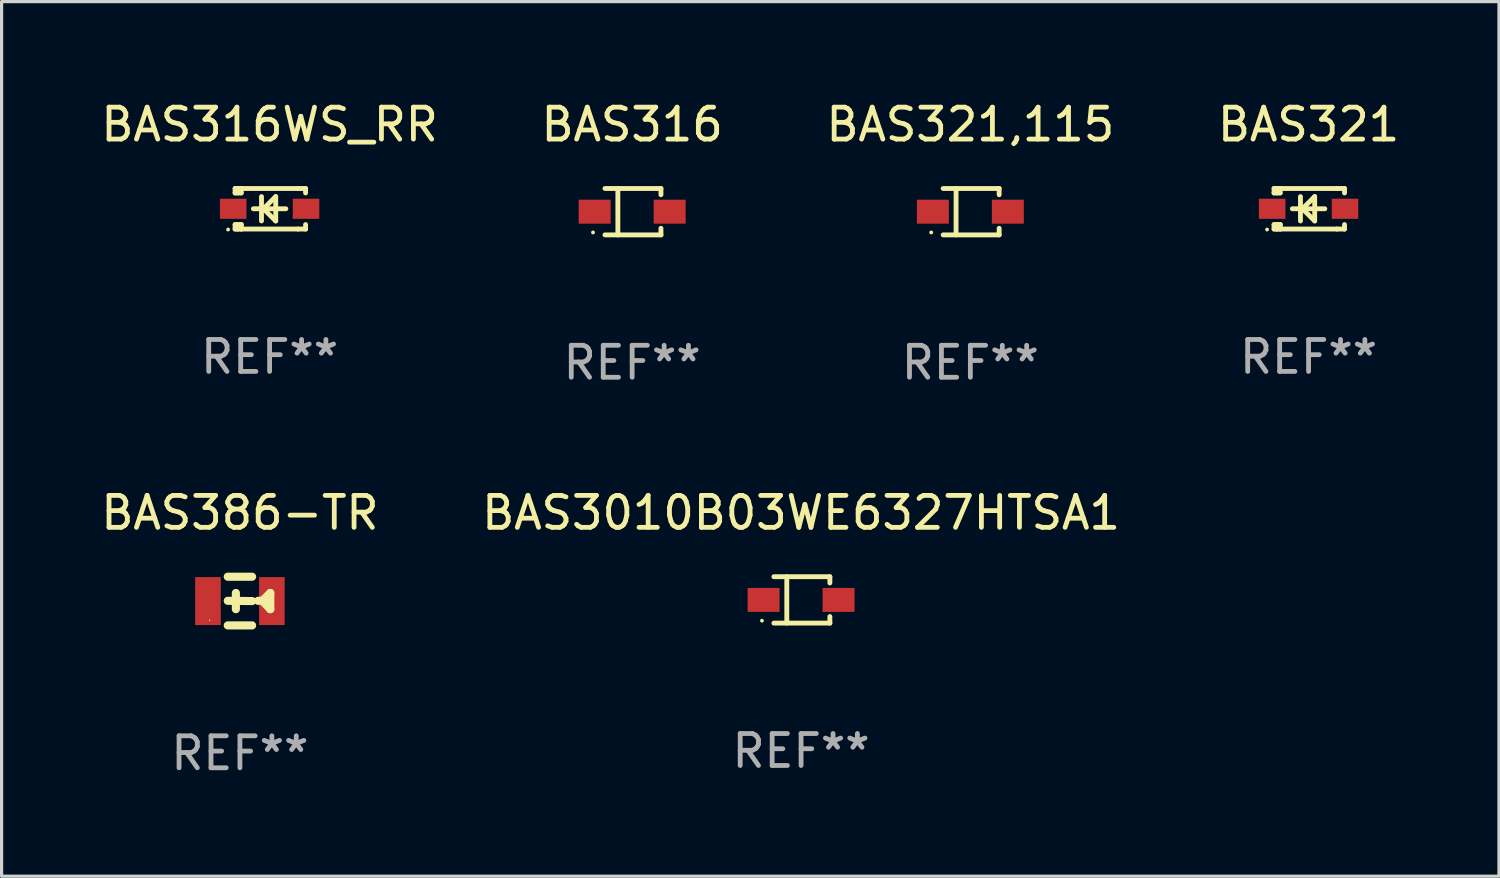
<source format=kicad_pcb>
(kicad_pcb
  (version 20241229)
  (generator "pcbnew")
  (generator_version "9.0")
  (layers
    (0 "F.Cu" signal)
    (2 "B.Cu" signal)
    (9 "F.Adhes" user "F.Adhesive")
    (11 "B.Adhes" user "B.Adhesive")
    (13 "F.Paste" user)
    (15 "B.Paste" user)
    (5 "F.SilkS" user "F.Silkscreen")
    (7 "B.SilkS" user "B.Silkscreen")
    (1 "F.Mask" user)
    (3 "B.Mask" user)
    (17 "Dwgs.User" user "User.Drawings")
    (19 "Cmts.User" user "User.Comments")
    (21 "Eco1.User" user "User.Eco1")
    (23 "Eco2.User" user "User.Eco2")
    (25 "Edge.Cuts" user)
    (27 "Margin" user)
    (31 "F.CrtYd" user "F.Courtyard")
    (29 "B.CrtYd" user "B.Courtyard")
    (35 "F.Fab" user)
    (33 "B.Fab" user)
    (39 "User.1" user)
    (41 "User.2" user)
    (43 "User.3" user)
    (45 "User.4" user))
  (footprint "BAS321,115"
    (layer "F.Cu")
    (at 27.315 3.574)
    (property "Reference" "BAS321,115" (at 0 -2.726 0) (layer "F.SilkS") (effects (font (size 1 1) (thickness 0.15))))
    (attr through_hole)
    (fp_line (start -0.851 -0.726) (end 0.901 -0.726) (stroke (width 0.152) (type solid)) (layer "F.SilkS"))
    (fp_line (start -0.851 0.726) (end 0.901 0.726) (stroke (width 0.152) (type solid)) (layer "F.SilkS"))
    (fp_line (start -0.447 -0.726) (end -0.447 0.726) (stroke (width 0.152) (type solid)) (layer "F.SilkS"))
    (fp_line (start 0.901 -0.726) (end 0.901 -0.53) (stroke (width 0.152) (type solid)) (layer "F.SilkS"))
    (fp_line (start 0.901 0.726) (end 0.901 0.52) (stroke (width 0.152) (type solid)) (layer "F.SilkS"))
    (fp_circle (center -1.225 0.65) (end -1.195 0.65) (stroke (width 0.06) (type solid)) (fill no) (layer "F.SilkS"))
    (fp_text user "REF**" (at 0 4.726 0) (layer "F.Fab") (effects (font (size 1 1) (thickness 0.15))))
    (pad "1" smd rect (at -1.173 0) (size 1 0.75) (layers "F.Cu" "F.Mask" "F.Paste"))
    (pad "2" smd rect (at 1.173 0) (size 1 0.75) (layers "F.Cu" "F.Mask" "F.Paste")))
  (footprint "BAS316"
    (layer "F.Cu")
    (at 16.732 3.574)
    (property "Reference" "BAS316" (at 0 -2.726 0) (layer "F.SilkS") (effects (font (size 1 1) (thickness 0.15))))
    (attr through_hole)
    (fp_line (start -0.851 -0.726) (end 0.901 -0.726) (stroke (width 0.152) (type solid)) (layer "F.SilkS"))
    (fp_line (start -0.851 0.726) (end 0.901 0.726) (stroke (width 0.152) (type solid)) (layer "F.SilkS"))
    (fp_line (start -0.447 -0.726) (end -0.447 0.726) (stroke (width 0.152) (type solid)) (layer "F.SilkS"))
    (fp_line (start 0.901 -0.726) (end 0.901 -0.53) (stroke (width 0.152) (type solid)) (layer "F.SilkS"))
    (fp_line (start 0.901 0.726) (end 0.901 0.52) (stroke (width 0.152) (type solid)) (layer "F.SilkS"))
    (fp_circle (center -1.225 0.65) (end -1.195 0.65) (stroke (width 0.06) (type solid)) (fill no) (layer "F.SilkS"))
    (fp_text user "REF**" (at 0 4.726 0) (layer "F.Fab") (effects (font (size 1 1) (thickness 0.15))))
    (pad "1" smd rect (at -1.173 0) (size 1 0.75) (layers "F.Cu" "F.Mask" "F.Paste"))
    (pad "2" smd rect (at 1.173 0) (size 1 0.75) (layers "F.Cu" "F.Mask" "F.Paste")))
  (footprint "BAS316WS_RR"
    (layer "F.Cu")
    (at 5.387 3.483)
    (property "Reference" "BAS316WS_RR" (at 0 -2.635 0) (layer "F.SilkS") (effects (font (size 1 1) (thickness 0.15))))
    (attr through_hole)
    (fp_line (start -1.08 -0.635) (end -1.08 -0.495) (stroke (width 0.152) (type solid)) (layer "F.SilkS"))
    (fp_line (start -1.08 0.495) (end -1.08 0.635) (stroke (width 0.152) (type solid)) (layer "F.SilkS"))
    (fp_line (start -1.08 0.495) (end -0.889 0.495) (stroke (width 0.152) (type solid)) (layer "F.SilkS"))
    (fp_line (start -1.08 0.635) (end -0.889 0.635) (stroke (width 0.152) (type solid)) (layer "F.SilkS"))
    (fp_line (start -1.003 0.635) (end -0.986 0.635) (stroke (width 0.152) (type solid)) (layer "F.SilkS"))
    (fp_line (start -0.986 -0.495) (end -0.986 -0.635) (stroke (width 0.152) (type solid)) (layer "F.SilkS"))
    (fp_line (start -0.986 0.635) (end -0.986 0.495) (stroke (width 0.152) (type solid)) (layer "F.SilkS"))
    (fp_line (start -0.889 -0.635) (end -1.08 -0.635) (stroke (width 0.152) (type solid)) (layer "F.SilkS"))
    (fp_line (start -0.889 -0.635) (end -0.889 -0.595) (stroke (width 0.152) (type solid)) (layer "F.SilkS"))
    (fp_line (start -0.889 -0.635) (end 0.889 -0.635) (stroke (width 0.152) (type solid)) (layer "F.SilkS"))
    (fp_line (start -0.889 -0.595) (end -0.889 -0.495) (stroke (width 0.152) (type solid)) (layer "F.SilkS"))
    (fp_line (start -0.889 -0.495) (end -1.08 -0.495) (stroke (width 0.152) (type solid)) (layer "F.SilkS"))
    (fp_line (start -0.889 0.495) (end -0.889 0.595) (stroke (width 0.152) (type solid)) (layer "F.SilkS"))
    (fp_line (start -0.889 0.495) (end -0.889 0.495) (stroke (width 0.152) (type solid)) (layer "F.SilkS"))
    (fp_line (start -0.889 0.595) (end -0.889 0.635) (stroke (width 0.152) (type solid)) (layer "F.SilkS"))
    (fp_line (start -0.889 0.635) (end 0.889 0.635) (stroke (width 0.152) (type solid)) (layer "F.SilkS"))
    (fp_line (start -0.254 -0.381) (end -0.254 0.381) (stroke (width 0.152) (type solid)) (layer "F.SilkS"))
    (fp_line (start -0.191 0) (end -0.191 0) (stroke (width 0.152) (type solid)) (layer "F.SilkS"))
    (fp_line (start -0.191 0) (end 0.191 -0.381) (stroke (width 0.152) (type solid)) (layer "F.SilkS"))
    (fp_line (start 0.191 -0.381) (end 0.191 0.381) (stroke (width 0.152) (type solid)) (layer "F.SilkS"))
    (fp_line (start 0.191 0.381) (end -0.191 0) (stroke (width 0.152) (type solid)) (layer "F.SilkS"))
    (fp_line (start 0.508 0) (end -0.508 0) (stroke (width 0.152) (type solid)) (layer "F.SilkS"))
    (fp_line (start 0.889 -0.635) (end 1.125 -0.635) (stroke (width 0.152) (type solid)) (layer "F.SilkS"))
    (fp_line (start 1.125 -0.635) (end 1.125 -0.495) (stroke (width 0.152) (type solid)) (layer "F.SilkS"))
    (fp_line (start 1.125 0.495) (end 1.125 0.635) (stroke (width 0.152) (type solid)) (layer "F.SilkS"))
    (fp_line (start 1.125 0.635) (end 0.889 0.635) (stroke (width 0.152) (type solid)) (layer "F.SilkS"))
    (fp_circle (center -1.3 0.65) (end -1.27 0.65) (stroke (width 0.06) (type solid)) (fill no) (layer "F.SilkS"))
    (fp_text user "REF**" (at 0 4.635 0) (layer "F.Fab") (effects (font (size 1 1) (thickness 0.15))))
    (pad "1" smd rect (at -1.14 0 90) (size 0.63 0.83) (layers "F.Cu" "F.Mask" "F.Paste"))
    (pad "2" smd rect (at 1.14 0 90) (size 0.63 0.83) (layers "F.Cu" "F.Mask" "F.Paste")))
  (footprint "BAS3010B03WE6327HTSA1"
    (layer "F.Cu")
    (at 22.018 15.723)
    (property "Reference" "BAS3010B03WE6327HTSA1" (at 0 -2.726 0) (layer "F.SilkS") (effects (font (size 1 1) (thickness 0.15))))
    (attr through_hole)
    (fp_line (start -0.851 -0.726) (end 0.901 -0.726) (stroke (width 0.152) (type solid)) (layer "F.SilkS"))
    (fp_line (start -0.851 0.726) (end 0.901 0.726) (stroke (width 0.152) (type solid)) (layer "F.SilkS"))
    (fp_line (start -0.447 -0.726) (end -0.447 0.726) (stroke (width 0.152) (type solid)) (layer "F.SilkS"))
    (fp_line (start 0.901 -0.726) (end 0.901 -0.53) (stroke (width 0.152) (type solid)) (layer "F.SilkS"))
    (fp_line (start 0.901 0.726) (end 0.901 0.52) (stroke (width 0.152) (type solid)) (layer "F.SilkS"))
    (fp_circle (center -1.225 0.65) (end -1.195 0.65) (stroke (width 0.06) (type solid)) (fill no) (layer "F.SilkS"))
    (fp_text user "REF**" (at 0 4.726 0) (layer "F.Fab") (effects (font (size 1 1) (thickness 0.15))))
    (pad "1" smd rect (at -1.173 0) (size 1 0.75) (layers "F.Cu" "F.Mask" "F.Paste"))
    (pad "2" smd rect (at 1.173 0) (size 1 0.75) (layers "F.Cu" "F.Mask" "F.Paste")))
  (footprint "BAS321"
    (layer "F.Cu")
    (at 37.899 3.483)
    (property "Reference" "BAS321" (at 0 -2.635 0) (layer "F.SilkS") (effects (font (size 1 1) (thickness 0.15))))
    (attr through_hole)
    (fp_line (start -1.08 -0.635) (end -1.08 -0.495) (stroke (width 0.152) (type solid)) (layer "F.SilkS"))
    (fp_line (start -1.08 0.495) (end -1.08 0.635) (stroke (width 0.152) (type solid)) (layer "F.SilkS"))
    (fp_line (start -1.08 0.495) (end -0.889 0.495) (stroke (width 0.152) (type solid)) (layer "F.SilkS"))
    (fp_line (start -1.08 0.635) (end -0.889 0.635) (stroke (width 0.152) (type solid)) (layer "F.SilkS"))
    (fp_line (start -1.003 0.635) (end -0.986 0.635) (stroke (width 0.152) (type solid)) (layer "F.SilkS"))
    (fp_line (start -0.986 -0.495) (end -0.986 -0.635) (stroke (width 0.152) (type solid)) (layer "F.SilkS"))
    (fp_line (start -0.986 0.635) (end -0.986 0.495) (stroke (width 0.152) (type solid)) (layer "F.SilkS"))
    (fp_line (start -0.889 -0.635) (end -1.08 -0.635) (stroke (width 0.152) (type solid)) (layer "F.SilkS"))
    (fp_line (start -0.889 -0.635) (end -0.889 -0.595) (stroke (width 0.152) (type solid)) (layer "F.SilkS"))
    (fp_line (start -0.889 -0.635) (end 0.889 -0.635) (stroke (width 0.152) (type solid)) (layer "F.SilkS"))
    (fp_line (start -0.889 -0.595) (end -0.889 -0.495) (stroke (width 0.152) (type solid)) (layer "F.SilkS"))
    (fp_line (start -0.889 -0.495) (end -1.08 -0.495) (stroke (width 0.152) (type solid)) (layer "F.SilkS"))
    (fp_line (start -0.889 0.495) (end -0.889 0.595) (stroke (width 0.152) (type solid)) (layer "F.SilkS"))
    (fp_line (start -0.889 0.495) (end -0.889 0.495) (stroke (width 0.152) (type solid)) (layer "F.SilkS"))
    (fp_line (start -0.889 0.595) (end -0.889 0.635) (stroke (width 0.152) (type solid)) (layer "F.SilkS"))
    (fp_line (start -0.889 0.635) (end 0.889 0.635) (stroke (width 0.152) (type solid)) (layer "F.SilkS"))
    (fp_line (start -0.254 -0.381) (end -0.254 0.381) (stroke (width 0.152) (type solid)) (layer "F.SilkS"))
    (fp_line (start -0.191 0) (end -0.191 0) (stroke (width 0.152) (type solid)) (layer "F.SilkS"))
    (fp_line (start -0.191 0) (end 0.191 -0.381) (stroke (width 0.152) (type solid)) (layer "F.SilkS"))
    (fp_line (start 0.191 -0.381) (end 0.191 0.381) (stroke (width 0.152) (type solid)) (layer "F.SilkS"))
    (fp_line (start 0.191 0.381) (end -0.191 0) (stroke (width 0.152) (type solid)) (layer "F.SilkS"))
    (fp_line (start 0.508 0) (end -0.508 0) (stroke (width 0.152) (type solid)) (layer "F.SilkS"))
    (fp_line (start 0.889 -0.635) (end 1.125 -0.635) (stroke (width 0.152) (type solid)) (layer "F.SilkS"))
    (fp_line (start 1.125 -0.635) (end 1.125 -0.495) (stroke (width 0.152) (type solid)) (layer "F.SilkS"))
    (fp_line (start 1.125 0.495) (end 1.125 0.635) (stroke (width 0.152) (type solid)) (layer "F.SilkS"))
    (fp_line (start 1.125 0.635) (end 0.889 0.635) (stroke (width 0.152) (type solid)) (layer "F.SilkS"))
    (fp_circle (center -1.3 0.65) (end -1.27 0.65) (stroke (width 0.06) (type solid)) (fill no) (layer "F.SilkS"))
    (fp_text user "REF**" (at 0 4.635 0) (layer "F.Fab") (effects (font (size 1 1) (thickness 0.15))))
    (pad "1" smd rect (at -1.14 0 90) (size 0.63 0.83) (layers "F.Cu" "F.Mask" "F.Paste"))
    (pad "2" smd rect (at 1.14 0 90) (size 0.63 0.83) (layers "F.Cu" "F.Mask" "F.Paste")))
  (footprint "BAS386-TR"
    (layer "F.Cu")
    (at 4.458 15.759)
    (property "Reference" "BAS386-TR" (at 0 -2.762 0) (layer "F.SilkS") (effects (font (size 1 1) (thickness 0.15))))
    (attr through_hole)
    (fp_line (start -0.381 -0.762) (end 0.381 -0.762) (stroke (width 0.254) (type solid)) (layer "F.SilkS"))
    (fp_line (start -0.381 0.762) (end 0.381 0.762) (stroke (width 0.254) (type solid)) (layer "F.SilkS"))
    (fp_line (start -0.127 -0.254) (end -0.127 0.254) (stroke (width 0.254) (type solid)) (layer "F.SilkS"))
    (fp_line (start 0.381 0) (end -0.381 -0.008) (stroke (width 0.254) (type solid)) (layer "F.SilkS"))
    (fp_line (start 0.569 -0.008) (end 0.704 -0.008) (stroke (width 0.254) (type solid)) (layer "F.SilkS"))
    (fp_line (start 0.704 -0.008) (end 0.95 -0.254) (stroke (width 0.254) (type solid)) (layer "F.SilkS"))
    (fp_line (start 0.95 -0.254) (end 0.95 0.254) (stroke (width 0.254) (type solid)) (layer "F.SilkS"))
    (fp_line (start 0.95 0.254) (end 0.704 -0.008) (stroke (width 0.254) (type solid)) (layer "F.SilkS"))
    (fp_circle (center -0.95 0.6) (end -0.94 0.6) (stroke (width 0.02) (type solid)) (fill no) (layer "F.SilkS"))
    (fp_text user "REF**" (at 0 4.762 0) (layer "F.Fab") (effects (font (size 1 1) (thickness 0.15))))
    (pad "1" smd rect (at -1 0) (size 0.8 1.5) (layers "F.Cu" "F.Mask" "F.Paste"))
    (pad "2" smd rect (at 1 0) (size 0.8 1.5) (layers "F.Cu" "F.Mask" "F.Paste")))
  (gr_rect
    (start -3 -3)
    (end 43.857 24.369)
    (stroke (width 0.1) (type default))
    (fill no)
    (layer "Edge.Cuts")))
</source>
